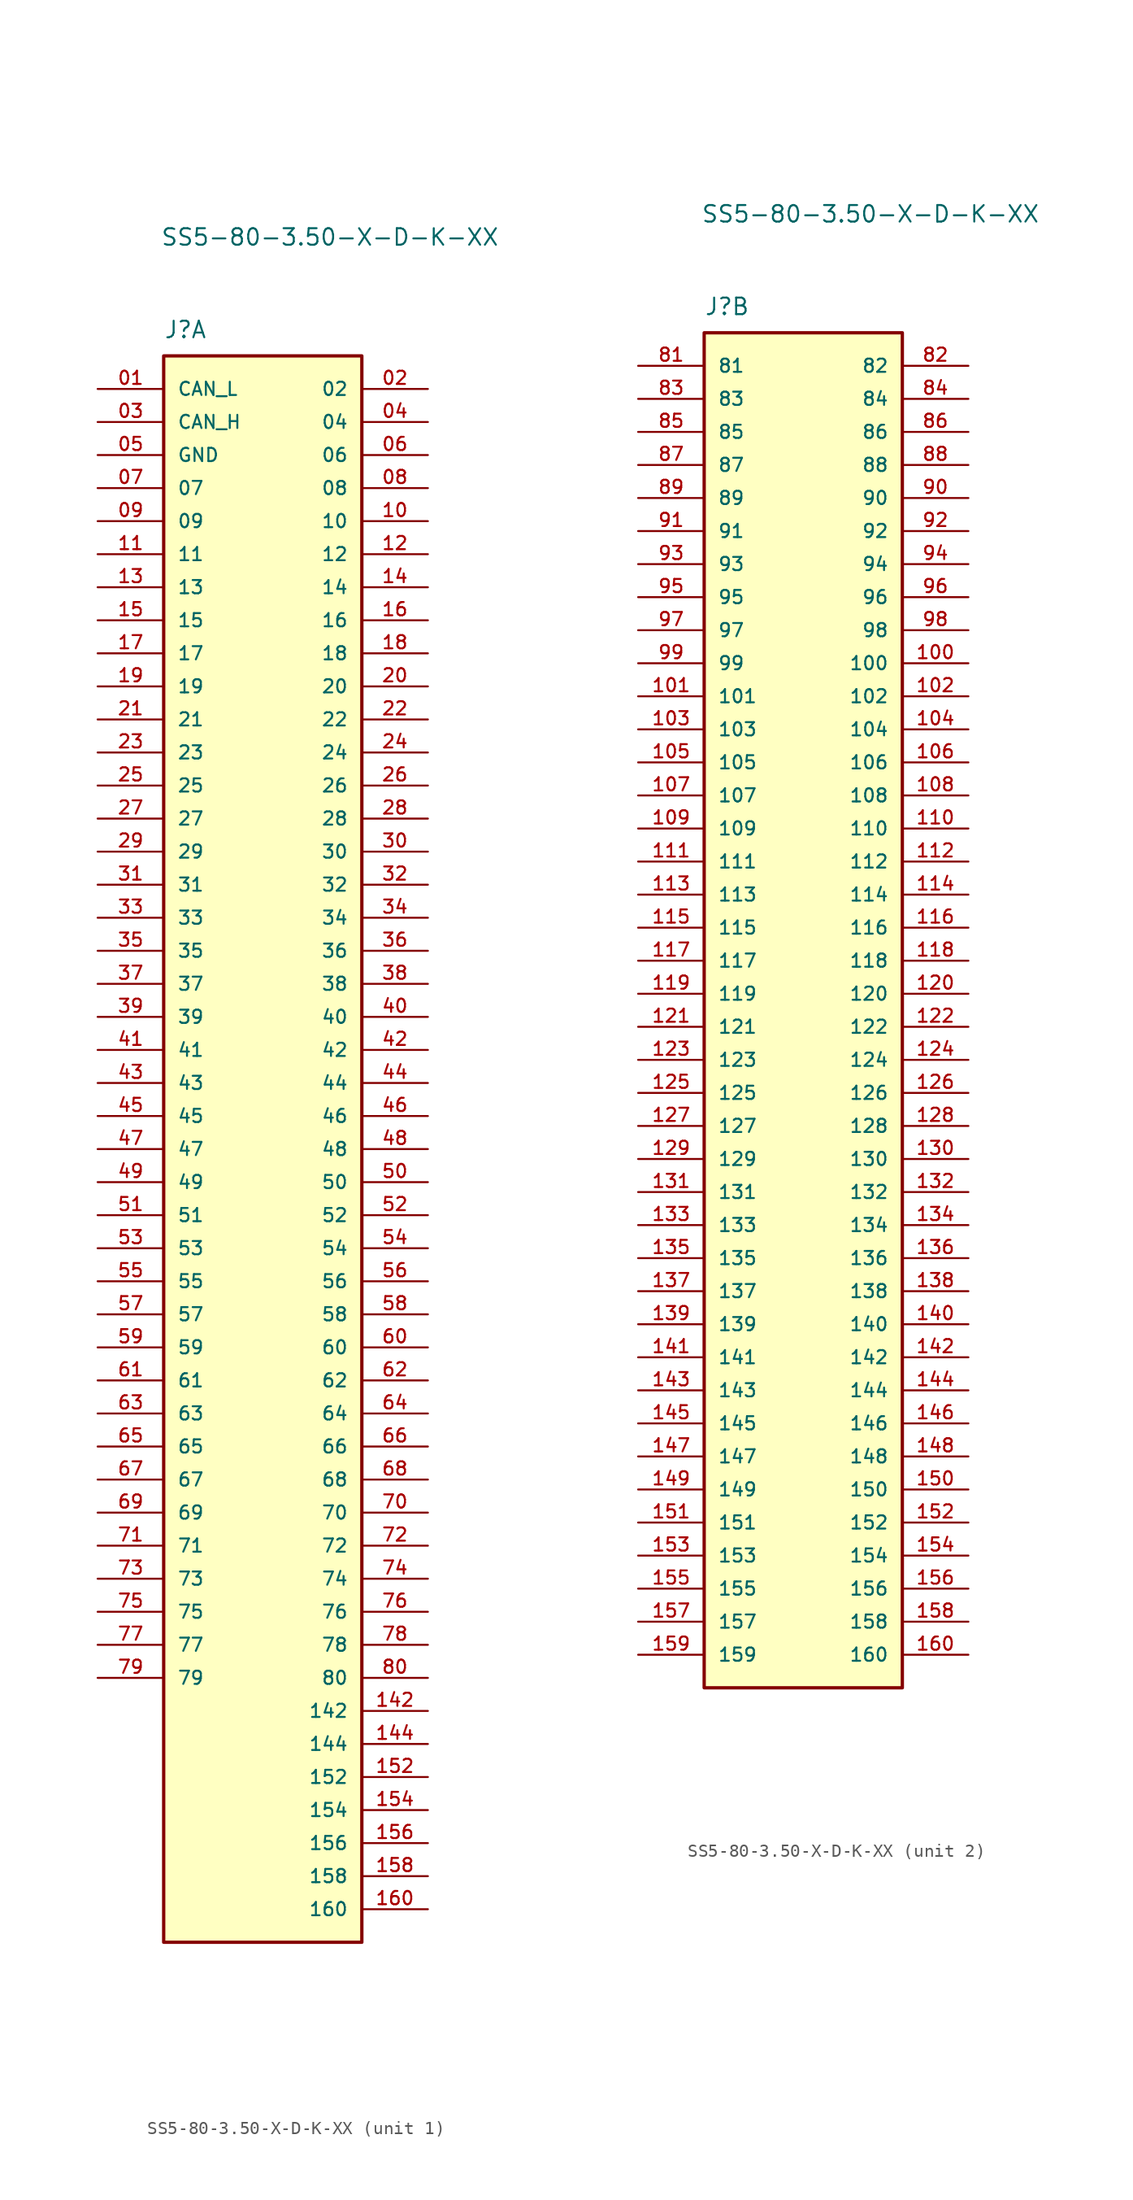
<source format=kicad_sym>
(kicad_symbol_lib
  (version 20241209)
  (generator "kicad_symbol_editor")
  (generator_version "9.0")
  (symbol "SS5-80-3.50-X-D-K-XX"
    (pin_names
      (offset 1.016))
    (property "Reference" "J"
      (at -7.62 52.07 0)
      (effects (font (size 1.27 1.27)) (justify left bottom)))
    (property "Value" "SS5-80-3.50-X-D-K-XX"
      (at -7.874 59.182 0)
      (effects (font (size 1.27 1.27)) (justify left bottom)))
    (symbol "SS5-80-3.50-X-D-K-XX_1_0"
      (rectangle (start -7.62 50.8) (end 7.62 -71.12) (stroke (width 0.254) (type default)) (fill (type background)))
      (pin passive line (at -12.7 48.26 0) (length 5.08) (name "CAN_L" (effects (font (size 1.016 1.016)))) (number "01" (effects (font (size 1.016 1.016)))))
      (pin passive line (at -12.7 45.72 0) (length 5.08) (name "CAN_H" (effects (font (size 1.016 1.016)))) (number "03" (effects (font (size 1.016 1.016)))))
      (pin passive line (at -12.7 43.18 0) (length 5.08) (name "GND" (effects (font (size 1.016 1.016)))) (number "05" (effects (font (size 1.016 1.016)))))
      (pin passive line (at -12.7 40.64 0) (length 5.08) (name "07" (effects (font (size 1.016 1.016)))) (number "07" (effects (font (size 1.016 1.016)))))
      (pin passive line (at -12.7 38.1 0) (length 5.08) (name "09" (effects (font (size 1.016 1.016)))) (number "09" (effects (font (size 1.016 1.016)))))
      (pin passive line (at -12.7 35.56 0) (length 5.08) (name "11" (effects (font (size 1.016 1.016)))) (number "11" (effects (font (size 1.016 1.016)))))
      (pin passive line (at -12.7 33.02 0) (length 5.08) (name "13" (effects (font (size 1.016 1.016)))) (number "13" (effects (font (size 1.016 1.016)))))
      (pin passive line (at -12.7 30.48 0) (length 5.08) (name "15" (effects (font (size 1.016 1.016)))) (number "15" (effects (font (size 1.016 1.016)))))
      (pin passive line (at -12.7 27.94 0) (length 5.08) (name "17" (effects (font (size 1.016 1.016)))) (number "17" (effects (font (size 1.016 1.016)))))
      (pin passive line (at -12.7 25.4 0) (length 5.08) (name "19" (effects (font (size 1.016 1.016)))) (number "19" (effects (font (size 1.016 1.016)))))
      (pin passive line (at -12.7 22.86 0) (length 5.08) (name "21" (effects (font (size 1.016 1.016)))) (number "21" (effects (font (size 1.016 1.016)))))
      (pin passive line (at -12.7 20.32 0) (length 5.08) (name "23" (effects (font (size 1.016 1.016)))) (number "23" (effects (font (size 1.016 1.016)))))
      (pin passive line (at -12.7 17.78 0) (length 5.08) (name "25" (effects (font (size 1.016 1.016)))) (number "25" (effects (font (size 1.016 1.016)))))
      (pin passive line (at -12.7 15.24 0) (length 5.08) (name "27" (effects (font (size 1.016 1.016)))) (number "27" (effects (font (size 1.016 1.016)))))
      (pin passive line (at -12.7 12.7 0) (length 5.08) (name "29" (effects (font (size 1.016 1.016)))) (number "29" (effects (font (size 1.016 1.016)))))
      (pin passive line (at -12.7 10.16 0) (length 5.08) (name "31" (effects (font (size 1.016 1.016)))) (number "31" (effects (font (size 1.016 1.016)))))
      (pin passive line (at -12.7 7.62 0) (length 5.08) (name "33" (effects (font (size 1.016 1.016)))) (number "33" (effects (font (size 1.016 1.016)))))
      (pin passive line (at -12.7 5.08 0) (length 5.08) (name "35" (effects (font (size 1.016 1.016)))) (number "35" (effects (font (size 1.016 1.016)))))
      (pin passive line (at -12.7 2.54 0) (length 5.08) (name "37" (effects (font (size 1.016 1.016)))) (number "37" (effects (font (size 1.016 1.016)))))
      (pin passive line (at -12.7 0 0) (length 5.08) (name "39" (effects (font (size 1.016 1.016)))) (number "39" (effects (font (size 1.016 1.016)))))
      (pin passive line (at -12.7 -2.54 0) (length 5.08) (name "41" (effects (font (size 1.016 1.016)))) (number "41" (effects (font (size 1.016 1.016)))))
      (pin passive line (at -12.7 -5.08 0) (length 5.08) (name "43" (effects (font (size 1.016 1.016)))) (number "43" (effects (font (size 1.016 1.016)))))
      (pin passive line (at -12.7 -7.62 0) (length 5.08) (name "45" (effects (font (size 1.016 1.016)))) (number "45" (effects (font (size 1.016 1.016)))))
      (pin passive line (at -12.7 -10.16 0) (length 5.08) (name "47" (effects (font (size 1.016 1.016)))) (number "47" (effects (font (size 1.016 1.016)))))
      (pin passive line (at -12.7 -12.7 0) (length 5.08) (name "49" (effects (font (size 1.016 1.016)))) (number "49" (effects (font (size 1.016 1.016)))))
      (pin passive line (at -12.7 -15.24 0) (length 5.08) (name "51" (effects (font (size 1.016 1.016)))) (number "51" (effects (font (size 1.016 1.016)))))
      (pin passive line (at -12.7 -17.78 0) (length 5.08) (name "53" (effects (font (size 1.016 1.016)))) (number "53" (effects (font (size 1.016 1.016)))))
      (pin passive line (at -12.7 -20.32 0) (length 5.08) (name "55" (effects (font (size 1.016 1.016)))) (number "55" (effects (font (size 1.016 1.016)))))
      (pin passive line (at -12.7 -22.86 0) (length 5.08) (name "57" (effects (font (size 1.016 1.016)))) (number "57" (effects (font (size 1.016 1.016)))))
      (pin passive line (at -12.7 -25.4 0) (length 5.08) (name "59" (effects (font (size 1.016 1.016)))) (number "59" (effects (font (size 1.016 1.016)))))
      (pin passive line (at -12.7 -27.94 0) (length 5.08) (name "61" (effects (font (size 1.016 1.016)))) (number "61" (effects (font (size 1.016 1.016)))))
      (pin passive line (at -12.7 -30.48 0) (length 5.08) (name "63" (effects (font (size 1.016 1.016)))) (number "63" (effects (font (size 1.016 1.016)))))
      (pin passive line (at -12.7 -33.02 0) (length 5.08) (name "65" (effects (font (size 1.016 1.016)))) (number "65" (effects (font (size 1.016 1.016)))))
      (pin passive line (at -12.7 -35.56 0) (length 5.08) (name "67" (effects (font (size 1.016 1.016)))) (number "67" (effects (font (size 1.016 1.016)))))
      (pin passive line (at -12.7 -38.1 0) (length 5.08) (name "69" (effects (font (size 1.016 1.016)))) (number "69" (effects (font (size 1.016 1.016)))))
      (pin passive line (at -12.7 -40.64 0) (length 5.08) (name "71" (effects (font (size 1.016 1.016)))) (number "71" (effects (font (size 1.016 1.016)))))
      (pin passive line (at -12.7 -43.18 0) (length 5.08) (name "73" (effects (font (size 1.016 1.016)))) (number "73" (effects (font (size 1.016 1.016)))))
      (pin passive line (at -12.7 -45.72 0) (length 5.08) (name "75" (effects (font (size 1.016 1.016)))) (number "75" (effects (font (size 1.016 1.016)))))
      (pin passive line (at -12.7 -48.26 0) (length 5.08) (name "77" (effects (font (size 1.016 1.016)))) (number "77" (effects (font (size 1.016 1.016)))))
      (pin passive line (at -12.7 -50.8 0) (length 5.08) (name "79" (effects (font (size 1.016 1.016)))) (number "79" (effects (font (size 1.016 1.016)))))
      (pin passive line (at 12.7 48.26 180) (length 5.08) (name "02" (effects (font (size 1.016 1.016)))) (number "02" (effects (font (size 1.016 1.016)))))
      (pin passive line (at 12.7 45.72 180) (length 5.08) (name "04" (effects (font (size 1.016 1.016)))) (number "04" (effects (font (size 1.016 1.016)))))
      (pin passive line (at 12.7 43.18 180) (length 5.08) (name "06" (effects (font (size 1.016 1.016)))) (number "06" (effects (font (size 1.016 1.016)))))
      (pin passive line (at 12.7 40.64 180) (length 5.08) (name "08" (effects (font (size 1.016 1.016)))) (number "08" (effects (font (size 1.016 1.016)))))
      (pin passive line (at 12.7 38.1 180) (length 5.08) (name "10" (effects (font (size 1.016 1.016)))) (number "10" (effects (font (size 1.016 1.016)))))
      (pin passive line (at 12.7 35.56 180) (length 5.08) (name "12" (effects (font (size 1.016 1.016)))) (number "12" (effects (font (size 1.016 1.016)))))
      (pin passive line (at 12.7 33.02 180) (length 5.08) (name "14" (effects (font (size 1.016 1.016)))) (number "14" (effects (font (size 1.016 1.016)))))
      (pin passive line (at 12.7 30.48 180) (length 5.08) (name "16" (effects (font (size 1.016 1.016)))) (number "16" (effects (font (size 1.016 1.016)))))
      (pin passive line (at 12.7 27.94 180) (length 5.08) (name "18" (effects (font (size 1.016 1.016)))) (number "18" (effects (font (size 1.016 1.016)))))
      (pin passive line (at 12.7 25.4 180) (length 5.08) (name "20" (effects (font (size 1.016 1.016)))) (number "20" (effects (font (size 1.016 1.016)))))
      (pin passive line (at 12.7 22.86 180) (length 5.08) (name "22" (effects (font (size 1.016 1.016)))) (number "22" (effects (font (size 1.016 1.016)))))
      (pin passive line (at 12.7 20.32 180) (length 5.08) (name "24" (effects (font (size 1.016 1.016)))) (number "24" (effects (font (size 1.016 1.016)))))
      (pin passive line (at 12.7 17.78 180) (length 5.08) (name "26" (effects (font (size 1.016 1.016)))) (number "26" (effects (font (size 1.016 1.016)))))
      (pin passive line (at 12.7 15.24 180) (length 5.08) (name "28" (effects (font (size 1.016 1.016)))) (number "28" (effects (font (size 1.016 1.016)))))
      (pin passive line (at 12.7 12.7 180) (length 5.08) (name "30" (effects (font (size 1.016 1.016)))) (number "30" (effects (font (size 1.016 1.016)))))
      (pin passive line (at 12.7 10.16 180) (length 5.08) (name "32" (effects (font (size 1.016 1.016)))) (number "32" (effects (font (size 1.016 1.016)))))
      (pin passive line (at 12.7 7.62 180) (length 5.08) (name "34" (effects (font (size 1.016 1.016)))) (number "34" (effects (font (size 1.016 1.016)))))
      (pin passive line (at 12.7 5.08 180) (length 5.08) (name "36" (effects (font (size 1.016 1.016)))) (number "36" (effects (font (size 1.016 1.016)))))
      (pin passive line (at 12.7 2.54 180) (length 5.08) (name "38" (effects (font (size 1.016 1.016)))) (number "38" (effects (font (size 1.016 1.016)))))
      (pin passive line (at 12.7 0 180) (length 5.08) (name "40" (effects (font (size 1.016 1.016)))) (number "40" (effects (font (size 1.016 1.016)))))
      (pin passive line (at 12.7 -2.54 180) (length 5.08) (name "42" (effects (font (size 1.016 1.016)))) (number "42" (effects (font (size 1.016 1.016)))))
      (pin passive line (at 12.7 -5.08 180) (length 5.08) (name "44" (effects (font (size 1.016 1.016)))) (number "44" (effects (font (size 1.016 1.016)))))
      (pin passive line (at 12.7 -7.62 180) (length 5.08) (name "46" (effects (font (size 1.016 1.016)))) (number "46" (effects (font (size 1.016 1.016)))))
      (pin passive line (at 12.7 -10.16 180) (length 5.08) (name "48" (effects (font (size 1.016 1.016)))) (number "48" (effects (font (size 1.016 1.016)))))
      (pin passive line (at 12.7 -12.7 180) (length 5.08) (name "50" (effects (font (size 1.016 1.016)))) (number "50" (effects (font (size 1.016 1.016)))))
      (pin passive line (at 12.7 -15.24 180) (length 5.08) (name "52" (effects (font (size 1.016 1.016)))) (number "52" (effects (font (size 1.016 1.016)))))
      (pin passive line (at 12.7 -17.78 180) (length 5.08) (name "54" (effects (font (size 1.016 1.016)))) (number "54" (effects (font (size 1.016 1.016)))))
      (pin passive line (at 12.7 -20.32 180) (length 5.08) (name "56" (effects (font (size 1.016 1.016)))) (number "56" (effects (font (size 1.016 1.016)))))
      (pin passive line (at 12.7 -22.86 180) (length 5.08) (name "58" (effects (font (size 1.016 1.016)))) (number "58" (effects (font (size 1.016 1.016)))))
      (pin passive line (at 12.7 -25.4 180) (length 5.08) (name "60" (effects (font (size 1.016 1.016)))) (number "60" (effects (font (size 1.016 1.016)))))
      (pin passive line (at 12.7 -27.94 180) (length 5.08) (name "62" (effects (font (size 1.016 1.016)))) (number "62" (effects (font (size 1.016 1.016)))))
      (pin passive line (at 12.7 -30.48 180) (length 5.08) (name "64" (effects (font (size 1.016 1.016)))) (number "64" (effects (font (size 1.016 1.016)))))
      (pin passive line (at 12.7 -33.02 180) (length 5.08) (name "66" (effects (font (size 1.016 1.016)))) (number "66" (effects (font (size 1.016 1.016)))))
      (pin passive line (at 12.7 -35.56 180) (length 5.08) (name "68" (effects (font (size 1.016 1.016)))) (number "68" (effects (font (size 1.016 1.016)))))
      (pin passive line (at 12.7 -38.1 180) (length 5.08) (name "70" (effects (font (size 1.016 1.016)))) (number "70" (effects (font (size 1.016 1.016)))))
      (pin passive line (at 12.7 -40.64 180) (length 5.08) (name "72" (effects (font (size 1.016 1.016)))) (number "72" (effects (font (size 1.016 1.016)))))
      (pin passive line (at 12.7 -43.18 180) (length 5.08) (name "74" (effects (font (size 1.016 1.016)))) (number "74" (effects (font (size 1.016 1.016)))))
      (pin passive line (at 12.7 -45.72 180) (length 5.08) (name "76" (effects (font (size 1.016 1.016)))) (number "76" (effects (font (size 1.016 1.016)))))
      (pin passive line (at 12.7 -48.26 180) (length 5.08) (name "78" (effects (font (size 1.016 1.016)))) (number "78" (effects (font (size 1.016 1.016)))))
      (pin passive line (at 12.7 -50.8 180) (length 5.08) (name "80" (effects (font (size 1.016 1.016)))) (number "80" (effects (font (size 1.016 1.016)))))
      (pin passive line (at 12.7 -53.34 180) (length 5.08) (name "142" (effects (font (size 1.016 1.016)))) (number "142" (effects (font (size 1.016 1.016)))))
      (pin passive line (at 12.7 -55.88 180) (length 5.08) (name "144" (effects (font (size 1.016 1.016)))) (number "144" (effects (font (size 1.016 1.016)))))
      (pin passive line (at 12.7 -58.42 180) (length 5.08) (name "152" (effects (font (size 1.016 1.016)))) (number "152" (effects (font (size 1.016 1.016)))))
      (pin passive line (at 12.7 -60.96 180) (length 5.08) (name "154" (effects (font (size 1.016 1.016)))) (number "154" (effects (font (size 1.016 1.016)))))
      (pin passive line (at 12.7 -63.5 180) (length 5.08) (name "156" (effects (font (size 1.016 1.016)))) (number "156" (effects (font (size 1.016 1.016)))))
      (pin passive line (at 12.7 -66.04 180) (length 5.08) (name "158" (effects (font (size 1.016 1.016)))) (number "158" (effects (font (size 1.016 1.016)))))
      (pin passive line (at 12.7 -68.58 180) (length 5.08) (name "160" (effects (font (size 1.016 1.016)))) (number "160" (effects (font (size 1.016 1.016))))))
    (symbol "SS5-80-3.50-X-D-K-XX_2_0"
      (rectangle (start -7.62 -53.34) (end 7.62 50.8) (stroke (width 0.254) (type default)) (fill (type background)))
      (pin passive line (at -12.7 48.26 0) (length 5.08) (name "81" (effects (font (size 1.016 1.016)))) (number "81" (effects (font (size 1.016 1.016)))))
      (pin passive line (at -12.7 45.72 0) (length 5.08) (name "83" (effects (font (size 1.016 1.016)))) (number "83" (effects (font (size 1.016 1.016)))))
      (pin passive line (at -12.7 43.18 0) (length 5.08) (name "85" (effects (font (size 1.016 1.016)))) (number "85" (effects (font (size 1.016 1.016)))))
      (pin passive line (at -12.7 40.64 0) (length 5.08) (name "87" (effects (font (size 1.016 1.016)))) (number "87" (effects (font (size 1.016 1.016)))))
      (pin passive line (at -12.7 38.1 0) (length 5.08) (name "89" (effects (font (size 1.016 1.016)))) (number "89" (effects (font (size 1.016 1.016)))))
      (pin passive line (at -12.7 35.56 0) (length 5.08) (name "91" (effects (font (size 1.016 1.016)))) (number "91" (effects (font (size 1.016 1.016)))))
      (pin passive line (at -12.7 33.02 0) (length 5.08) (name "93" (effects (font (size 1.016 1.016)))) (number "93" (effects (font (size 1.016 1.016)))))
      (pin passive line (at -12.7 30.48 0) (length 5.08) (name "95" (effects (font (size 1.016 1.016)))) (number "95" (effects (font (size 1.016 1.016)))))
      (pin passive line (at -12.7 27.94 0) (length 5.08) (name "97" (effects (font (size 1.016 1.016)))) (number "97" (effects (font (size 1.016 1.016)))))
      (pin passive line (at -12.7 25.4 0) (length 5.08) (name "99" (effects (font (size 1.016 1.016)))) (number "99" (effects (font (size 1.016 1.016)))))
      (pin passive line (at -12.7 22.86 0) (length 5.08) (name "101" (effects (font (size 1.016 1.016)))) (number "101" (effects (font (size 1.016 1.016)))))
      (pin passive line (at -12.7 20.32 0) (length 5.08) (name "103" (effects (font (size 1.016 1.016)))) (number "103" (effects (font (size 1.016 1.016)))))
      (pin passive line (at -12.7 17.78 0) (length 5.08) (name "105" (effects (font (size 1.016 1.016)))) (number "105" (effects (font (size 1.016 1.016)))))
      (pin passive line (at -12.7 15.24 0) (length 5.08) (name "107" (effects (font (size 1.016 1.016)))) (number "107" (effects (font (size 1.016 1.016)))))
      (pin passive line (at -12.7 12.7 0) (length 5.08) (name "109" (effects (font (size 1.016 1.016)))) (number "109" (effects (font (size 1.016 1.016)))))
      (pin passive line (at -12.7 10.16 0) (length 5.08) (name "111" (effects (font (size 1.016 1.016)))) (number "111" (effects (font (size 1.016 1.016)))))
      (pin passive line (at -12.7 7.62 0) (length 5.08) (name "113" (effects (font (size 1.016 1.016)))) (number "113" (effects (font (size 1.016 1.016)))))
      (pin passive line (at -12.7 5.08 0) (length 5.08) (name "115" (effects (font (size 1.016 1.016)))) (number "115" (effects (font (size 1.016 1.016)))))
      (pin passive line (at -12.7 2.54 0) (length 5.08) (name "117" (effects (font (size 1.016 1.016)))) (number "117" (effects (font (size 1.016 1.016)))))
      (pin passive line (at -12.7 0 0) (length 5.08) (name "119" (effects (font (size 1.016 1.016)))) (number "119" (effects (font (size 1.016 1.016)))))
      (pin passive line (at -12.7 -2.54 0) (length 5.08) (name "121" (effects (font (size 1.016 1.016)))) (number "121" (effects (font (size 1.016 1.016)))))
      (pin passive line (at -12.7 -5.08 0) (length 5.08) (name "123" (effects (font (size 1.016 1.016)))) (number "123" (effects (font (size 1.016 1.016)))))
      (pin passive line (at -12.7 -7.62 0) (length 5.08) (name "125" (effects (font (size 1.016 1.016)))) (number "125" (effects (font (size 1.016 1.016)))))
      (pin passive line (at -12.7 -10.16 0) (length 5.08) (name "127" (effects (font (size 1.016 1.016)))) (number "127" (effects (font (size 1.016 1.016)))))
      (pin passive line (at -12.7 -12.7 0) (length 5.08) (name "129" (effects (font (size 1.016 1.016)))) (number "129" (effects (font (size 1.016 1.016)))))
      (pin passive line (at -12.7 -15.24 0) (length 5.08) (name "131" (effects (font (size 1.016 1.016)))) (number "131" (effects (font (size 1.016 1.016)))))
      (pin passive line (at -12.7 -17.78 0) (length 5.08) (name "133" (effects (font (size 1.016 1.016)))) (number "133" (effects (font (size 1.016 1.016)))))
      (pin passive line (at -12.7 -20.32 0) (length 5.08) (name "135" (effects (font (size 1.016 1.016)))) (number "135" (effects (font (size 1.016 1.016)))))
      (pin passive line (at -12.7 -22.86 0) (length 5.08) (name "137" (effects (font (size 1.016 1.016)))) (number "137" (effects (font (size 1.016 1.016)))))
      (pin passive line (at -12.7 -25.4 0) (length 5.08) (name "139" (effects (font (size 1.016 1.016)))) (number "139" (effects (font (size 1.016 1.016)))))
      (pin passive line (at -12.7 -27.94 0) (length 5.08) (name "141" (effects (font (size 1.016 1.016)))) (number "141" (effects (font (size 1.016 1.016)))))
      (pin passive line (at -12.7 -30.48 0) (length 5.08) (name "143" (effects (font (size 1.016 1.016)))) (number "143" (effects (font (size 1.016 1.016)))))
      (pin passive line (at -12.7 -33.02 0) (length 5.08) (name "145" (effects (font (size 1.016 1.016)))) (number "145" (effects (font (size 1.016 1.016)))))
      (pin passive line (at -12.7 -35.56 0) (length 5.08) (name "147" (effects (font (size 1.016 1.016)))) (number "147" (effects (font (size 1.016 1.016)))))
      (pin passive line (at -12.7 -38.1 0) (length 5.08) (name "149" (effects (font (size 1.016 1.016)))) (number "149" (effects (font (size 1.016 1.016)))))
      (pin passive line (at -12.7 -40.64 0) (length 5.08) (name "151" (effects (font (size 1.016 1.016)))) (number "151" (effects (font (size 1.016 1.016)))))
      (pin passive line (at -12.7 -43.18 0) (length 5.08) (name "153" (effects (font (size 1.016 1.016)))) (number "153" (effects (font (size 1.016 1.016)))))
      (pin passive line (at -12.7 -45.72 0) (length 5.08) (name "155" (effects (font (size 1.016 1.016)))) (number "155" (effects (font (size 1.016 1.016)))))
      (pin passive line (at -12.7 -48.26 0) (length 5.08) (name "157" (effects (font (size 1.016 1.016)))) (number "157" (effects (font (size 1.016 1.016)))))
      (pin passive line (at -12.7 -50.8 0) (length 5.08) (name "159" (effects (font (size 1.016 1.016)))) (number "159" (effects (font (size 1.016 1.016)))))
      (pin passive line (at 12.7 48.26 180) (length 5.08) (name "82" (effects (font (size 1.016 1.016)))) (number "82" (effects (font (size 1.016 1.016)))))
      (pin passive line (at 12.7 45.72 180) (length 5.08) (name "84" (effects (font (size 1.016 1.016)))) (number "84" (effects (font (size 1.016 1.016)))))
      (pin passive line (at 12.7 43.18 180) (length 5.08) (name "86" (effects (font (size 1.016 1.016)))) (number "86" (effects (font (size 1.016 1.016)))))
      (pin passive line (at 12.7 40.64 180) (length 5.08) (name "88" (effects (font (size 1.016 1.016)))) (number "88" (effects (font (size 1.016 1.016)))))
      (pin passive line (at 12.7 38.1 180) (length 5.08) (name "90" (effects (font (size 1.016 1.016)))) (number "90" (effects (font (size 1.016 1.016)))))
      (pin passive line (at 12.7 35.56 180) (length 5.08) (name "92" (effects (font (size 1.016 1.016)))) (number "92" (effects (font (size 1.016 1.016)))))
      (pin passive line (at 12.7 33.02 180) (length 5.08) (name "94" (effects (font (size 1.016 1.016)))) (number "94" (effects (font (size 1.016 1.016)))))
      (pin passive line (at 12.7 30.48 180) (length 5.08) (name "96" (effects (font (size 1.016 1.016)))) (number "96" (effects (font (size 1.016 1.016)))))
      (pin passive line (at 12.7 27.94 180) (length 5.08) (name "98" (effects (font (size 1.016 1.016)))) (number "98" (effects (font (size 1.016 1.016)))))
      (pin passive line (at 12.7 25.4 180) (length 5.08) (name "100" (effects (font (size 1.016 1.016)))) (number "100" (effects (font (size 1.016 1.016)))))
      (pin passive line (at 12.7 22.86 180) (length 5.08) (name "102" (effects (font (size 1.016 1.016)))) (number "102" (effects (font (size 1.016 1.016)))))
      (pin passive line (at 12.7 20.32 180) (length 5.08) (name "104" (effects (font (size 1.016 1.016)))) (number "104" (effects (font (size 1.016 1.016)))))
      (pin passive line (at 12.7 17.78 180) (length 5.08) (name "106" (effects (font (size 1.016 1.016)))) (number "106" (effects (font (size 1.016 1.016)))))
      (pin passive line (at 12.7 15.24 180) (length 5.08) (name "108" (effects (font (size 1.016 1.016)))) (number "108" (effects (font (size 1.016 1.016)))))
      (pin passive line (at 12.7 12.7 180) (length 5.08) (name "110" (effects (font (size 1.016 1.016)))) (number "110" (effects (font (size 1.016 1.016)))))
      (pin passive line (at 12.7 10.16 180) (length 5.08) (name "112" (effects (font (size 1.016 1.016)))) (number "112" (effects (font (size 1.016 1.016)))))
      (pin passive line (at 12.7 7.62 180) (length 5.08) (name "114" (effects (font (size 1.016 1.016)))) (number "114" (effects (font (size 1.016 1.016)))))
      (pin passive line (at 12.7 5.08 180) (length 5.08) (name "116" (effects (font (size 1.016 1.016)))) (number "116" (effects (font (size 1.016 1.016)))))
      (pin passive line (at 12.7 2.54 180) (length 5.08) (name "118" (effects (font (size 1.016 1.016)))) (number "118" (effects (font (size 1.016 1.016)))))
      (pin passive line (at 12.7 0 180) (length 5.08) (name "120" (effects (font (size 1.016 1.016)))) (number "120" (effects (font (size 1.016 1.016)))))
      (pin passive line (at 12.7 -2.54 180) (length 5.08) (name "122" (effects (font (size 1.016 1.016)))) (number "122" (effects (font (size 1.016 1.016)))))
      (pin passive line (at 12.7 -5.08 180) (length 5.08) (name "124" (effects (font (size 1.016 1.016)))) (number "124" (effects (font (size 1.016 1.016)))))
      (pin passive line (at 12.7 -7.62 180) (length 5.08) (name "126" (effects (font (size 1.016 1.016)))) (number "126" (effects (font (size 1.016 1.016)))))
      (pin passive line (at 12.7 -10.16 180) (length 5.08) (name "128" (effects (font (size 1.016 1.016)))) (number "128" (effects (font (size 1.016 1.016)))))
      (pin passive line (at 12.7 -12.7 180) (length 5.08) (name "130" (effects (font (size 1.016 1.016)))) (number "130" (effects (font (size 1.016 1.016)))))
      (pin passive line (at 12.7 -15.24 180) (length 5.08) (name "132" (effects (font (size 1.016 1.016)))) (number "132" (effects (font (size 1.016 1.016)))))
      (pin passive line (at 12.7 -17.78 180) (length 5.08) (name "134" (effects (font (size 1.016 1.016)))) (number "134" (effects (font (size 1.016 1.016)))))
      (pin passive line (at 12.7 -20.32 180) (length 5.08) (name "136" (effects (font (size 1.016 1.016)))) (number "136" (effects (font (size 1.016 1.016)))))
      (pin passive line (at 12.7 -22.86 180) (length 5.08) (name "138" (effects (font (size 1.016 1.016)))) (number "138" (effects (font (size 1.016 1.016)))))
      (pin passive line (at 12.7 -25.4 180) (length 5.08) (name "140" (effects (font (size 1.016 1.016)))) (number "140" (effects (font (size 1.016 1.016)))))
      (pin passive line (at 12.7 -27.94 180) (length 5.08) (name "142" (effects (font (size 1.016 1.016)))) (number "142" (effects (font (size 1.016 1.016)))))
      (pin passive line (at 12.7 -30.48 180) (length 5.08) (name "144" (effects (font (size 1.016 1.016)))) (number "144" (effects (font (size 1.016 1.016)))))
      (pin passive line (at 12.7 -33.02 180) (length 5.08) (name "146" (effects (font (size 1.016 1.016)))) (number "146" (effects (font (size 1.016 1.016)))))
      (pin passive line (at 12.7 -35.56 180) (length 5.08) (name "148" (effects (font (size 1.016 1.016)))) (number "148" (effects (font (size 1.016 1.016)))))
      (pin passive line (at 12.7 -38.1 180) (length 5.08) (name "150" (effects (font (size 1.016 1.016)))) (number "150" (effects (font (size 1.016 1.016)))))
      (pin passive line (at 12.7 -40.64 180) (length 5.08) (name "152" (effects (font (size 1.016 1.016)))) (number "152" (effects (font (size 1.016 1.016)))))
      (pin passive line (at 12.7 -43.18 180) (length 5.08) (name "154" (effects (font (size 1.016 1.016)))) (number "154" (effects (font (size 1.016 1.016)))))
      (pin passive line (at 12.7 -45.72 180) (length 5.08) (name "156" (effects (font (size 1.016 1.016)))) (number "156" (effects (font (size 1.016 1.016)))))
      (pin passive line (at 12.7 -48.26 180) (length 5.08) (name "158" (effects (font (size 1.016 1.016)))) (number "158" (effects (font (size 1.016 1.016)))))
      (pin passive line (at 12.7 -50.8 180) (length 5.08) (name "160" (effects (font (size 1.016 1.016)))) (number "160" (effects (font (size 1.016 1.016))))))))
</source>
